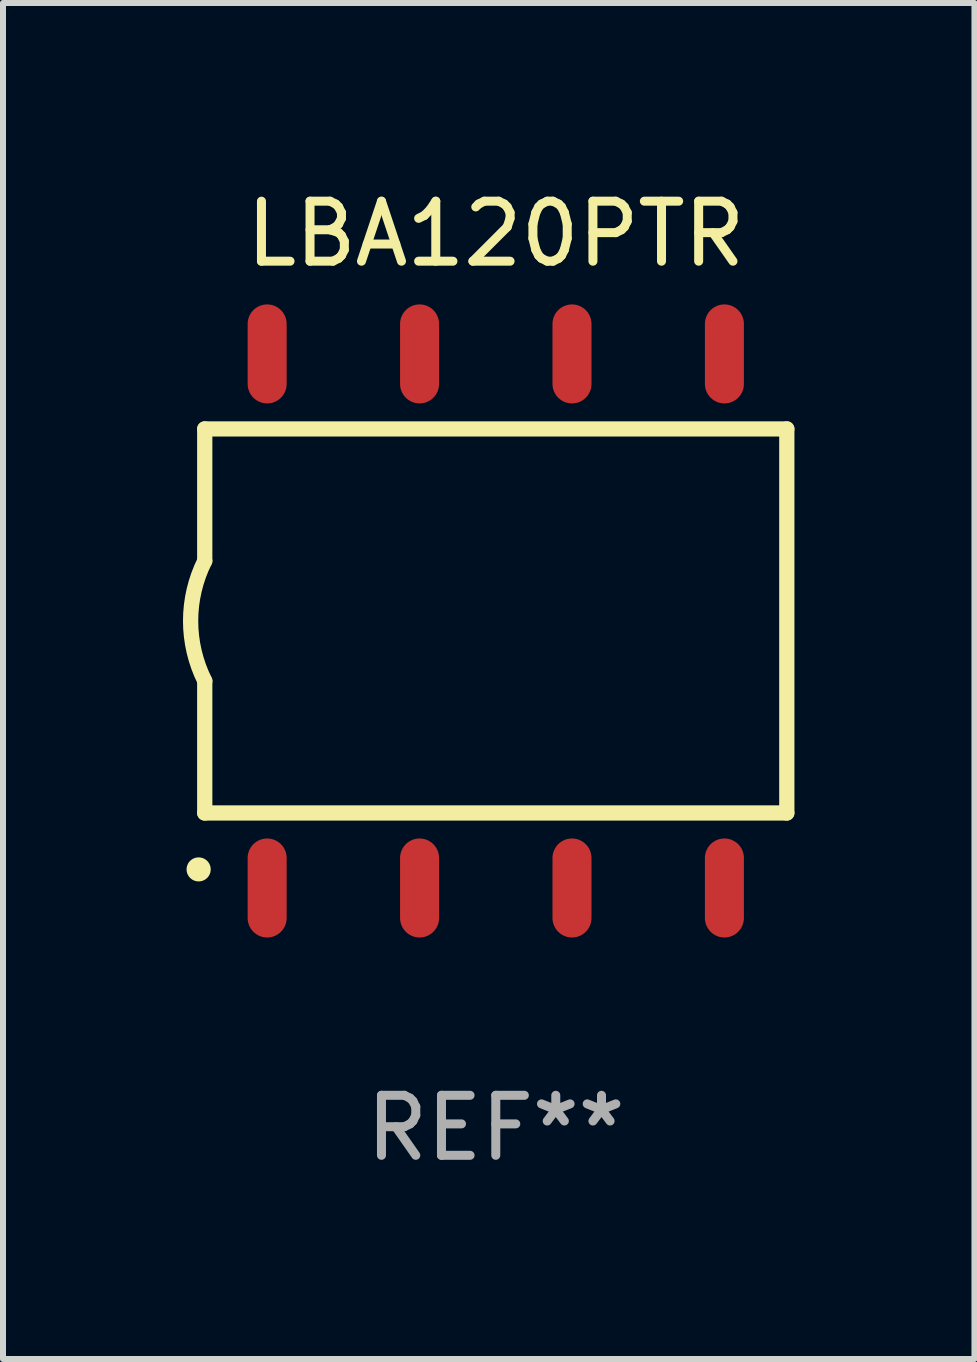
<source format=kicad_pcb>
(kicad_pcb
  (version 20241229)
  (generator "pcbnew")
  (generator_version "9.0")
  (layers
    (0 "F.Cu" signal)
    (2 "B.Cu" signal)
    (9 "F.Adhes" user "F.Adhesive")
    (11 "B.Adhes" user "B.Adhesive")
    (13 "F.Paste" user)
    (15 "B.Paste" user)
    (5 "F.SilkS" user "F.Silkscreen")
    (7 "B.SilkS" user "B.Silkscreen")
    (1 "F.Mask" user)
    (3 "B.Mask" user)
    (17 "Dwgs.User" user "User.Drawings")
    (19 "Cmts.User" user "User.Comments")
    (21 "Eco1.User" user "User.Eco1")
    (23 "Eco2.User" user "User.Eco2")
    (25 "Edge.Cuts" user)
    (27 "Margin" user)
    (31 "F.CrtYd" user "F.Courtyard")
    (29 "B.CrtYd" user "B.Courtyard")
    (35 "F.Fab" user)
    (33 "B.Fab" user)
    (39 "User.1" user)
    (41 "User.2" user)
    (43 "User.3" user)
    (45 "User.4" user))
  (footprint "LBA120PTR"
    (layer "F.Cu")
    (at 5.212 7.298)
    (property "Reference" "LBA120PTR" (at 0 -6.45 0) (layer "F.SilkS") (effects (font (size 1 1) (thickness 0.15))))
    (attr through_hole)
    (fp_line (start -4.85 -3.2) (end -4.85 -1) (stroke (width 0.254) (type solid)) (layer "F.SilkS"))
    (fp_line (start -4.85 -3.2) (end 4.85 -3.2) (stroke (width 0.254) (type solid)) (layer "F.SilkS"))
    (fp_line (start -4.85 3.2) (end -4.85 1) (stroke (width 0.254) (type solid)) (layer "F.SilkS"))
    (fp_line (start 4.85 -3.2) (end 4.85 3.2) (stroke (width 0.254) (type solid)) (layer "F.SilkS"))
    (fp_line (start 4.85 3.2) (end -4.85 3.2) (stroke (width 0.254) (type solid)) (layer "F.SilkS"))
    (fp_arc (start -4.95301 4.140208) (mid -4.95174 4.140204) (end -4.95047 4.140208) (stroke (width 0.4) (type solid)) (layer "F.SilkS"))
    (fp_arc (start -4.84887 1.000762) (mid -5.085418 0.000516) (end -4.850013 -1) (stroke (width 0.254001) (type solid)) (layer "F.SilkS"))
    (fp_text user "REF**" (at 0 8.45 0) (layer "F.Fab") (effects (font (size 1 1) (thickness 0.15))))
    (pad "1" smd oval (at -3.81 4.45) (size 0.65 1.65) (layers "F.Cu" "F.Mask" "F.Paste"))
    (pad "2" smd oval (at -1.27 4.45) (size 0.65 1.65) (layers "F.Cu" "F.Mask" "F.Paste"))
    (pad "3" smd oval (at 1.27 4.45) (size 0.65 1.65) (layers "F.Cu" "F.Mask" "F.Paste"))
    (pad "4" smd oval (at 3.81 4.45) (size 0.65 1.65) (layers "F.Cu" "F.Mask" "F.Paste"))
    (pad "5" smd oval (at 3.81 -4.45 180) (size 0.65 1.65) (layers "F.Cu" "F.Mask" "F.Paste"))
    (pad "6" smd oval (at 1.27 -4.45 180) (size 0.65 1.65) (layers "F.Cu" "F.Mask" "F.Paste"))
    (pad "7" smd oval (at -1.27 -4.45 180) (size 0.65 1.65) (layers "F.Cu" "F.Mask" "F.Paste"))
    (pad "8" smd oval (at -3.81 -4.45 180) (size 0.65 1.65) (layers "F.Cu" "F.Mask" "F.Paste")))
  (gr_rect
    (start -3 -3)
    (end 13.189 19.597)
    (stroke (width 0.1) (type default))
    (fill no)
    (layer "Edge.Cuts")))
</source>
